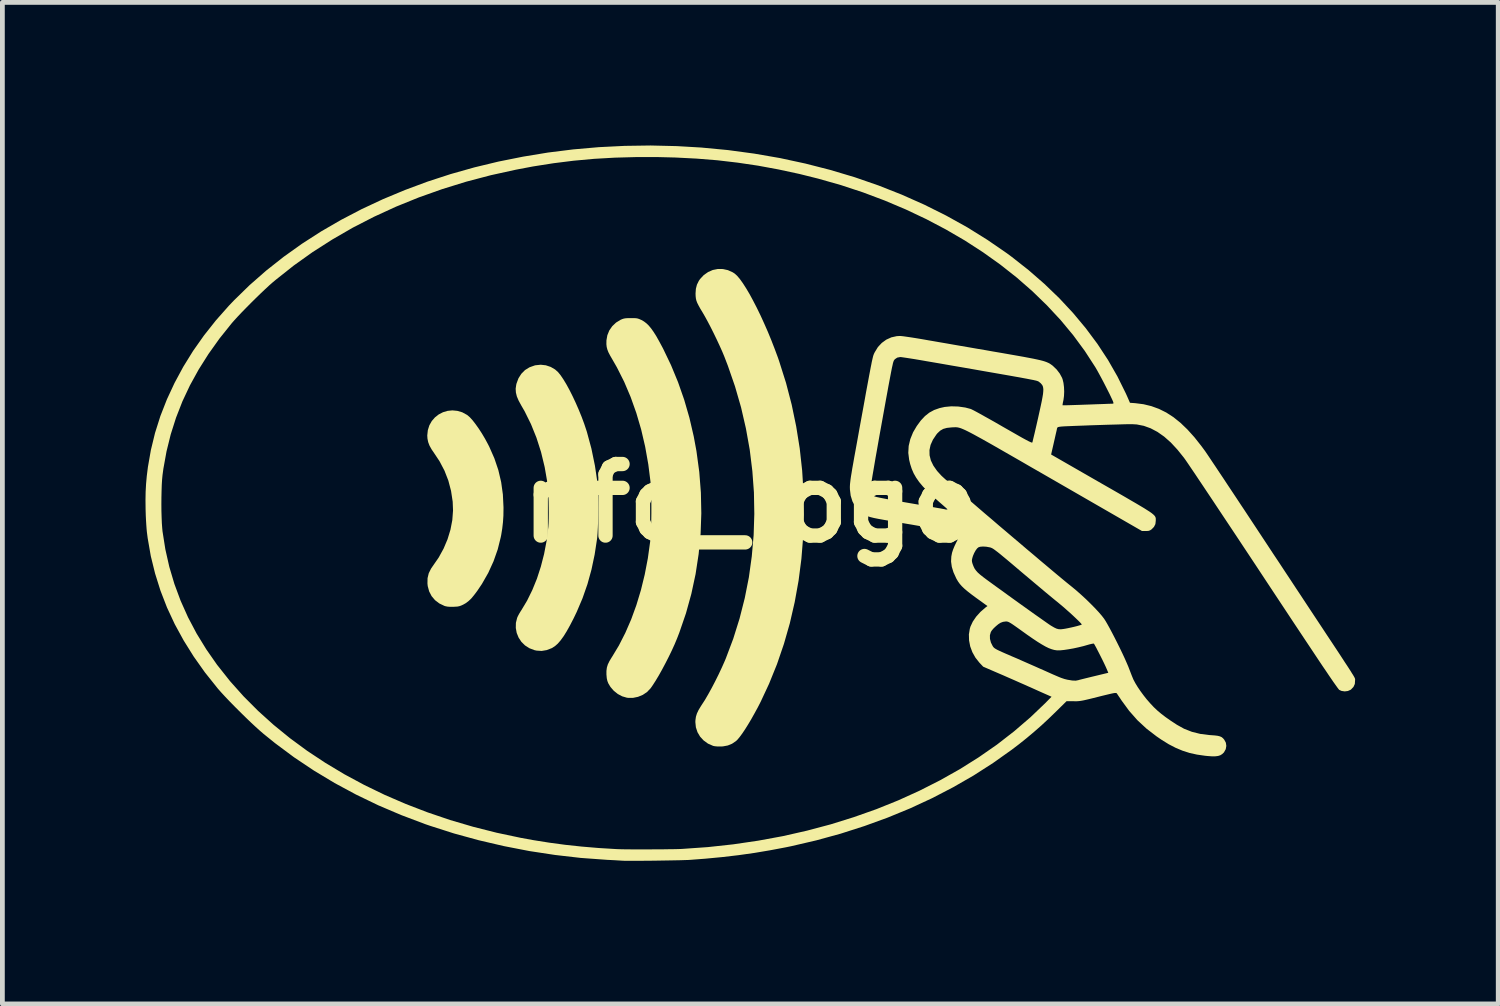
<source format=kicad_pcb>
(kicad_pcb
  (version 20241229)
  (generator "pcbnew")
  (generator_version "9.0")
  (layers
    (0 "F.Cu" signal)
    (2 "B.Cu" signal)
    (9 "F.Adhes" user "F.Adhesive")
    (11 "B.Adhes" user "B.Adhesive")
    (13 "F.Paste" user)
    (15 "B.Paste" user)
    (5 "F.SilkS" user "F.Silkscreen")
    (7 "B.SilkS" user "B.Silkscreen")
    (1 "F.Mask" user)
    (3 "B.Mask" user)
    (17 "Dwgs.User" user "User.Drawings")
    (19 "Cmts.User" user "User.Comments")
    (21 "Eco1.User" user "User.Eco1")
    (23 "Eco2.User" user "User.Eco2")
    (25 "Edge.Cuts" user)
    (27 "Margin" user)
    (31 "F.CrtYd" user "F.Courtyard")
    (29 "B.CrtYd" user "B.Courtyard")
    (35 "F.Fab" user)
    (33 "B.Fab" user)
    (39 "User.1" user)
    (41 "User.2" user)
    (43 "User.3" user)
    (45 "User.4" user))
  (footprint "nfc_logo"
    (layer "F.Cu")
    (at 12.679 7.499)
    (property "Reference" "nfc_logo" (at 0 0 0) (layer "F.SilkS") (effects (font (size 1.5 1.5) (thickness 0.3))))
    (attr board_only exclude_from_pos_files exclude_from_bom)
    (fp_poly (pts (xy -6.142 -1.936) (xy -6.039 -1.906) (xy -5.94 -1.852) (xy -5.927 -1.843) (xy -5.878 -1.8) (xy -5.821 -1.737) (xy -5.759 -1.657) (xy -5.693 -1.564) (xy -5.626 -1.461) (xy -5.561 -1.351) (xy -5.5 -1.238) (xy -5.472 -1.183) (xy -5.365 -0.94) (xy -5.282 -0.694) (xy -5.223 -0.443) (xy -5.187 -0.184) (xy -5.174 0.085) (xy -5.174 0.114) (xy -5.176 0.263) (xy -5.185 0.398) (xy -5.2 0.529) (xy -5.222 0.666) (xy -5.232 0.715) (xy -5.295 0.968) (xy -5.383 1.218) (xy -5.494 1.461) (xy -5.627 1.694) (xy -5.724 1.838) (xy -5.791 1.927) (xy -5.85 1.998) (xy -5.907 2.052) (xy -5.964 2.095) (xy -6.019 2.126) (xy -6.063 2.146) (xy -6.101 2.159) (xy -6.142 2.167) (xy -6.195 2.17) (xy -6.225 2.172) (xy -6.295 2.172) (xy -6.347 2.168) (xy -6.392 2.159) (xy -6.414 2.152) (xy -6.52 2.101) (xy -6.609 2.033) (xy -6.681 1.948) (xy -6.732 1.85) (xy -6.762 1.739) (xy -6.768 1.685) (xy -6.766 1.571) (xy -6.741 1.468) (xy -6.692 1.37) (xy -6.658 1.32) (xy -6.534 1.141) (xy -6.43 0.952) (xy -6.347 0.756) (xy -6.286 0.556) (xy -6.247 0.354) (xy -6.232 0.153) (xy -6.239 -0.032) (xy -6.273 -0.256) (xy -6.33 -0.474) (xy -6.411 -0.682) (xy -6.515 -0.88) (xy -6.62 -1.038) (xy -6.681 -1.128) (xy -6.725 -1.207) (xy -6.753 -1.281) (xy -6.768 -1.355) (xy -6.772 -1.42) (xy -6.76 -1.532) (xy -6.728 -1.633) (xy -6.677 -1.723) (xy -6.611 -1.799) (xy -6.532 -1.861) (xy -6.443 -1.907) (xy -6.346 -1.936) (xy -6.245 -1.946)) (stroke (width 0) (type solid)) (fill yes) (layer "F.SilkS"))
    (fp_poly (pts (xy -4.286 -2.891) (xy -4.184 -2.857) (xy -4.093 -2.804) (xy -4.031 -2.749) (xy -3.978 -2.684) (xy -3.919 -2.597) (xy -3.856 -2.493) (xy -3.791 -2.374) (xy -3.725 -2.243) (xy -3.66 -2.104) (xy -3.597 -1.96) (xy -3.537 -1.813) (xy -3.483 -1.668) (xy -3.436 -1.527) (xy -3.426 -1.496) (xy -3.331 -1.145) (xy -3.257 -0.785) (xy -3.213 -0.488) (xy -3.204 -0.399) (xy -3.197 -0.29) (xy -3.192 -0.166) (xy -3.189 -0.031) (xy -3.188 0.11) (xy -3.189 0.251) (xy -3.191 0.388) (xy -3.196 0.515) (xy -3.202 0.628) (xy -3.21 0.722) (xy -3.212 0.742) (xy -3.263 1.076) (xy -3.33 1.393) (xy -3.414 1.697) (xy -3.517 1.992) (xy -3.639 2.279) (xy -3.705 2.416) (xy -3.781 2.563) (xy -3.851 2.688) (xy -3.916 2.792) (xy -3.978 2.877) (xy -4.037 2.945) (xy -4.095 2.996) (xy -4.154 3.034) (xy -4.159 3.037) (xy -4.267 3.079) (xy -4.374 3.097) (xy -4.481 3.09) (xy -4.526 3.08) (xy -4.631 3.04) (xy -4.723 2.981) (xy -4.799 2.906) (xy -4.857 2.818) (xy -4.897 2.72) (xy -4.916 2.616) (xy -4.914 2.508) (xy -4.888 2.403) (xy -4.872 2.367) (xy -4.846 2.318) (xy -4.814 2.265) (xy -4.8 2.244) (xy -4.679 2.042) (xy -4.57 1.82) (xy -4.473 1.582) (xy -4.391 1.329) (xy -4.323 1.065) (xy -4.271 0.792) (xy -4.236 0.514) (xy -4.234 0.497) (xy -4.229 0.416) (xy -4.226 0.318) (xy -4.225 0.205) (xy -4.226 0.085) (xy -4.228 -0.037) (xy -4.233 -0.155) (xy -4.239 -0.265) (xy -4.246 -0.36) (xy -4.254 -0.431) (xy -4.311 -0.759) (xy -4.387 -1.073) (xy -4.483 -1.373) (xy -4.598 -1.658) (xy -4.731 -1.927) (xy -4.801 -2.048) (xy -4.856 -2.149) (xy -4.894 -2.238) (xy -4.914 -2.321) (xy -4.919 -2.401) (xy -4.907 -2.483) (xy -4.901 -2.509) (xy -4.86 -2.619) (xy -4.8 -2.713) (xy -4.723 -2.791) (xy -4.629 -2.849) (xy -4.52 -2.888) (xy -4.502 -2.892) (xy -4.393 -2.903)) (stroke (width 0) (type solid)) (fill yes) (layer "F.SilkS"))
    (fp_poly (pts (xy -2.441 -3.88) (xy -2.396 -3.878) (xy -2.362 -3.872) (xy -2.331 -3.862) (xy -2.295 -3.846) (xy -2.281 -3.84) (xy -2.229 -3.81) (xy -2.179 -3.772) (xy -2.13 -3.725) (xy -2.08 -3.665) (xy -2.028 -3.592) (xy -1.971 -3.502) (xy -1.91 -3.393) (xy -1.84 -3.263) (xy -1.825 -3.234) (xy -1.662 -2.894) (xy -1.515 -2.538) (xy -1.386 -2.169) (xy -1.276 -1.789) (xy -1.186 -1.401) (xy -1.129 -1.093) (xy -1.07 -0.656) (xy -1.036 -0.221) (xy -1.027 0.212) (xy -1.042 0.64) (xy -1.083 1.065) (xy -1.147 1.485) (xy -1.236 1.9) (xy -1.349 2.308) (xy -1.487 2.71) (xy -1.535 2.834) (xy -1.585 2.954) (xy -1.644 3.084) (xy -1.709 3.218) (xy -1.778 3.353) (xy -1.848 3.485) (xy -1.918 3.61) (xy -1.985 3.722) (xy -2.047 3.818) (xy -2.092 3.882) (xy -2.165 3.958) (xy -2.254 4.018) (xy -2.354 4.059) (xy -2.46 4.081) (xy -2.567 4.08) (xy -2.592 4.076) (xy -2.687 4.048) (xy -2.779 3.999) (xy -2.862 3.932) (xy -2.931 3.853) (xy -2.977 3.776) (xy -2.997 3.724) (xy -3.009 3.669) (xy -3.015 3.6) (xy -3.016 3.594) (xy -3.016 3.515) (xy -3.007 3.446) (xy -2.987 3.38) (xy -2.953 3.31) (xy -2.904 3.229) (xy -2.902 3.227) (xy -2.755 2.983) (xy -2.62 2.718) (xy -2.497 2.435) (xy -2.388 2.135) (xy -2.293 1.821) (xy -2.213 1.494) (xy -2.148 1.156) (xy -2.1 0.81) (xy -2.096 0.78) (xy -2.089 0.698) (xy -2.083 0.595) (xy -2.079 0.477) (xy -2.076 0.347) (xy -2.074 0.212) (xy -2.074 0.075) (xy -2.075 -0.059) (xy -2.077 -0.184) (xy -2.081 -0.296) (xy -2.086 -0.39) (xy -2.09 -0.431) (xy -2.138 -0.812) (xy -2.204 -1.184) (xy -2.288 -1.545) (xy -2.39 -1.893) (xy -2.509 -2.227) (xy -2.644 -2.545) (xy -2.795 -2.845) (xy -2.89 -3.011) (xy -2.938 -3.094) (xy -2.974 -3.163) (xy -2.997 -3.222) (xy -3.011 -3.277) (xy -3.017 -3.334) (xy -3.016 -3.397) (xy -3.016 -3.413) (xy -2.997 -3.521) (xy -2.956 -3.622) (xy -2.894 -3.711) (xy -2.814 -3.787) (xy -2.719 -3.845) (xy -2.717 -3.846) (xy -2.681 -3.861) (xy -2.649 -3.871) (xy -2.612 -3.877) (xy -2.564 -3.88) (xy -2.504 -3.88)) (stroke (width 0) (type solid)) (fill yes) (layer "F.SilkS"))
    (fp_poly (pts (xy -0.575 -4.909) (xy -0.47 -4.886) (xy -0.368 -4.84) (xy -0.328 -4.814) (xy -0.277 -4.768) (xy -0.219 -4.7) (xy -0.156 -4.612) (xy -0.088 -4.506) (xy -0.015 -4.383) (xy 0.059 -4.246) (xy 0.136 -4.097) (xy 0.214 -3.937) (xy 0.291 -3.768) (xy 0.368 -3.593) (xy 0.442 -3.413) (xy 0.513 -3.23) (xy 0.581 -3.047) (xy 0.608 -2.967) (xy 0.749 -2.521) (xy 0.867 -2.068) (xy 0.962 -1.61) (xy 1.036 -1.149) (xy 1.087 -0.685) (xy 1.116 -0.22) (xy 1.123 0.245) (xy 1.108 0.707) (xy 1.071 1.167) (xy 1.012 1.623) (xy 0.931 2.072) (xy 0.829 2.515) (xy 0.705 2.949) (xy 0.56 3.373) (xy 0.393 3.786) (xy 0.219 4.159) (xy 0.155 4.284) (xy 0.088 4.406) (xy 0.022 4.524) (xy -0.044 4.635) (xy -0.107 4.736) (xy -0.166 4.824) (xy -0.219 4.896) (xy -0.264 4.951) (xy -0.295 4.982) (xy -0.382 5.042) (xy -0.472 5.079) (xy -0.574 5.098) (xy -0.615 5.1) (xy -0.687 5.1) (xy -0.747 5.094) (xy -0.78 5.087) (xy -0.887 5.04) (xy -0.978 4.974) (xy -1.052 4.894) (xy -1.107 4.801) (xy -1.141 4.698) (xy -1.152 4.587) (xy -1.15 4.546) (xy -1.14 4.476) (xy -1.119 4.408) (xy -1.085 4.336) (xy -1.036 4.255) (xy -1.018 4.227) (xy -0.953 4.127) (xy -0.883 4.007) (xy -0.809 3.873) (xy -0.735 3.731) (xy -0.662 3.584) (xy -0.594 3.439) (xy -0.532 3.299) (xy -0.513 3.253) (xy -0.357 2.839) (xy -0.225 2.417) (xy -0.116 1.988) (xy -0.03 1.553) (xy 0.031 1.113) (xy 0.07 0.669) (xy 0.084 0.223) (xy 0.076 -0.225) (xy 0.043 -0.673) (xy -0.012 -1.121) (xy -0.092 -1.567) (xy -0.194 -2.01) (xy -0.321 -2.45) (xy -0.471 -2.883) (xy -0.545 -3.075) (xy -0.59 -3.183) (xy -0.644 -3.303) (xy -0.704 -3.432) (xy -0.767 -3.562) (xy -0.831 -3.69) (xy -0.894 -3.81) (xy -0.952 -3.916) (xy -0.999 -3.997) (xy -1.049 -4.08) (xy -1.086 -4.147) (xy -1.113 -4.201) (xy -1.131 -4.249) (xy -1.141 -4.293) (xy -1.146 -4.34) (xy -1.148 -4.393) (xy -1.148 -4.394) (xy -1.141 -4.495) (xy -1.119 -4.581) (xy -1.08 -4.66) (xy -1.053 -4.7) (xy -0.975 -4.783) (xy -0.885 -4.846) (xy -0.787 -4.889) (xy -0.682 -4.91)) (stroke (width 0) (type solid)) (fill yes) (layer "F.SilkS"))
    (fp_poly (pts (xy -1.54 -7.486) (xy -1.027 -7.456) (xy -0.469 -7.403) (xy 0.081 -7.329) (xy 0.624 -7.235) (xy 1.156 -7.12) (xy 1.679 -6.986) (xy 2.191 -6.833) (xy 2.69 -6.66) (xy 3.176 -6.468) (xy 3.648 -6.258) (xy 4.105 -6.03) (xy 4.546 -5.785) (xy 4.97 -5.521) (xy 5.377 -5.241) (xy 5.481 -5.164) (xy 5.833 -4.887) (xy 6.165 -4.598) (xy 6.476 -4.299) (xy 6.765 -3.989) (xy 7.032 -3.669) (xy 7.277 -3.34) (xy 7.499 -3.002) (xy 7.697 -2.656) (xy 7.872 -2.302) (xy 7.901 -2.238) (xy 7.959 -2.105) (xy 8.07 -2.097) (xy 8.243 -2.075) (xy 8.408 -2.035) (xy 8.567 -1.977) (xy 8.72 -1.901) (xy 8.87 -1.804) (xy 9.017 -1.686) (xy 9.163 -1.546) (xy 9.31 -1.383) (xy 9.457 -1.197) (xy 9.535 -1.091) (xy 9.556 -1.06) (xy 9.59 -1.01) (xy 9.635 -0.943) (xy 9.691 -0.859) (xy 9.757 -0.761) (xy 9.831 -0.649) (xy 9.913 -0.527) (xy 10 -0.395) (xy 10.093 -0.255) (xy 10.19 -0.109) (xy 10.289 0.041) (xy 10.342 0.12) (xy 10.456 0.293) (xy 10.577 0.476) (xy 10.703 0.667) (xy 10.831 0.861) (xy 10.96 1.057) (xy 11.088 1.249) (xy 11.211 1.436) (xy 11.329 1.614) (xy 11.438 1.78) (xy 11.537 1.929) (xy 11.594 2.016) (xy 11.738 2.234) (xy 11.869 2.432) (xy 11.987 2.61) (xy 12.093 2.771) (xy 12.188 2.914) (xy 12.272 3.041) (xy 12.346 3.153) (xy 12.41 3.251) (xy 12.465 3.336) (xy 12.513 3.408) (xy 12.553 3.47) (xy 12.586 3.521) (xy 12.612 3.564) (xy 12.634 3.598) (xy 12.65 3.625) (xy 12.662 3.646) (xy 12.67 3.663) (xy 12.675 3.675) (xy 12.678 3.684) (xy 12.679 3.691) (xy 12.679 3.697) (xy 12.678 3.703) (xy 12.678 3.709) (xy 12.678 3.716) (xy 12.673 3.789) (xy 12.644 3.852) (xy 12.593 3.905) (xy 12.583 3.912) (xy 12.526 3.937) (xy 12.46 3.945) (xy 12.394 3.935) (xy 12.35 3.915) (xy 12.342 3.909) (xy 12.33 3.894) (xy 12.312 3.871) (xy 12.289 3.839) (xy 12.259 3.797) (xy 12.222 3.745) (xy 12.179 3.682) (xy 12.127 3.606) (xy 12.068 3.518) (xy 11.999 3.417) (xy 11.922 3.302) (xy 11.835 3.171) (xy 11.738 3.025) (xy 11.63 2.863) (xy 11.511 2.684) (xy 11.38 2.487) (xy 11.238 2.272) (xy 11.083 2.038) (xy 10.915 1.784) (xy 10.765 1.557) (xy 10.618 1.334) (xy 10.473 1.115) (xy 10.331 0.901) (xy 10.194 0.694) (xy 10.061 0.494) (xy 9.933 0.302) (xy 9.812 0.12) (xy 9.698 -0.052) (xy 9.591 -0.212) (xy 9.493 -0.359) (xy 9.403 -0.493) (xy 9.324 -0.612) (xy 9.254 -0.715) (xy 9.196 -0.801) (xy 9.149 -0.87) (xy 9.115 -0.919) (xy 9.094 -0.948) (xy 9.093 -0.95) (xy 8.954 -1.123) (xy 8.816 -1.272) (xy 8.676 -1.396) (xy 8.535 -1.495) (xy 8.393 -1.57) (xy 8.249 -1.622) (xy 8.102 -1.651) (xy 8.002 -1.657) (xy 7.959 -1.657) (xy 7.896 -1.656) (xy 7.815 -1.654) (xy 7.719 -1.651) (xy 7.611 -1.648) (xy 7.495 -1.645) (xy 7.374 -1.641) (xy 7.249 -1.637) (xy 7.125 -1.633) (xy 7.005 -1.628) (xy 6.891 -1.624) (xy 6.786 -1.62) (xy 6.694 -1.616) (xy 6.618 -1.613) (xy 6.56 -1.61) (xy 6.524 -1.607) (xy 6.519 -1.607) (xy 6.474 -1.601) (xy 6.449 -1.595) (xy 6.436 -1.583) (xy 6.429 -1.564) (xy 6.427 -1.553) (xy 6.422 -1.527) (xy 6.411 -1.481) (xy 6.397 -1.42) (xy 6.381 -1.348) (xy 6.363 -1.27) (xy 6.362 -1.265) (xy 6.306 -1.021) (xy 7.371 -0.409) (xy 7.553 -0.305) (xy 7.715 -0.212) (xy 7.857 -0.13) (xy 7.98 -0.058) (xy 8.087 0.004) (xy 8.178 0.058) (xy 8.255 0.104) (xy 8.318 0.144) (xy 8.37 0.177) (xy 8.411 0.206) (xy 8.442 0.231) (xy 8.465 0.252) (xy 8.481 0.271) (xy 8.491 0.288) (xy 8.497 0.304) (xy 8.5 0.321) (xy 8.5 0.338) (xy 8.5 0.357) (xy 8.5 0.365) (xy 8.492 0.438) (xy 8.462 0.497) (xy 8.412 0.548) (xy 8.38 0.569) (xy 8.347 0.58) (xy 8.304 0.583) (xy 8.288 0.583) (xy 8.211 0.583) (xy 6.353 -0.488) (xy 6.112 -0.627) (xy 5.892 -0.753) (xy 5.692 -0.869) (xy 5.511 -0.973) (xy 5.347 -1.067) (xy 5.201 -1.151) (xy 5.07 -1.226) (xy 4.953 -1.292) (xy 4.85 -1.35) (xy 4.76 -1.399) (xy 4.682 -1.442) (xy 4.614 -1.478) (xy 4.555 -1.508) (xy 4.504 -1.533) (xy 4.461 -1.552) (xy 4.425 -1.567) (xy 4.393 -1.578) (xy 4.366 -1.585) (xy 4.341 -1.59) (xy 4.319 -1.592) (xy 4.298 -1.593) (xy 4.277 -1.592) (xy 4.254 -1.591) (xy 4.23 -1.59) (xy 4.216 -1.589) (xy 4.122 -1.579) (xy 4.045 -1.558) (xy 3.981 -1.521) (xy 3.923 -1.467) (xy 3.901 -1.44) (xy 3.828 -1.331) (xy 3.779 -1.222) (xy 3.756 -1.114) (xy 3.758 -1.005) (xy 3.785 -0.896) (xy 3.838 -0.787) (xy 3.916 -0.676) (xy 4.005 -0.578) (xy 4.033 -0.552) (xy 4.079 -0.51) (xy 4.142 -0.454) (xy 4.219 -0.386) (xy 4.311 -0.307) (xy 4.414 -0.217) (xy 4.528 -0.119) (xy 4.652 -0.013) (xy 4.783 0.1) (xy 4.92 0.218) (xy 5.063 0.339) (xy 5.208 0.464) (xy 5.356 0.589) (xy 5.504 0.715) (xy 5.652 0.84) (xy 5.796 0.963) (xy 5.938 1.082) (xy 6.073 1.197) (xy 6.202 1.305) (xy 6.323 1.407) (xy 6.434 1.5) (xy 6.534 1.583) (xy 6.621 1.655) (xy 6.695 1.715) (xy 6.746 1.756) (xy 6.84 1.834) (xy 6.938 1.921) (xy 7.037 2.012) (xy 7.133 2.106) (xy 7.223 2.197) (xy 7.303 2.283) (xy 7.37 2.361) (xy 7.417 2.422) (xy 7.448 2.47) (xy 7.487 2.537) (xy 7.533 2.62) (xy 7.584 2.716) (xy 7.638 2.82) (xy 7.693 2.929) (xy 7.748 3.04) (xy 7.8 3.148) (xy 7.848 3.251) (xy 7.889 3.344) (xy 7.923 3.423) (xy 7.943 3.475) (xy 7.969 3.542) (xy 7.994 3.607) (xy 8.017 3.663) (xy 8.034 3.703) (xy 8.036 3.706) (xy 8.073 3.775) (xy 8.123 3.857) (xy 8.183 3.945) (xy 8.248 4.033) (xy 8.308 4.109) (xy 8.385 4.197) (xy 8.458 4.275) (xy 8.533 4.346) (xy 8.614 4.414) (xy 8.704 4.483) (xy 8.808 4.556) (xy 8.93 4.636) (xy 8.94 4.643) (xy 9.093 4.728) (xy 9.256 4.792) (xy 9.432 4.836) (xy 9.622 4.86) (xy 9.65 4.862) (xy 9.734 4.868) (xy 9.798 4.876) (xy 9.845 4.888) (xy 9.881 4.904) (xy 9.91 4.928) (xy 9.935 4.957) (xy 9.969 5.02) (xy 9.979 5.088) (xy 9.967 5.156) (xy 9.932 5.219) (xy 9.926 5.227) (xy 9.891 5.26) (xy 9.852 5.284) (xy 9.805 5.299) (xy 9.746 5.306) (xy 9.671 5.306) (xy 9.577 5.299) (xy 9.53 5.294) (xy 9.364 5.27) (xy 9.21 5.236) (xy 9.063 5.189) (xy 8.919 5.129) (xy 8.772 5.053) (xy 8.619 4.958) (xy 8.518 4.889) (xy 8.307 4.727) (xy 8.115 4.549) (xy 7.942 4.353) (xy 7.786 4.14) (xy 7.783 4.136) (xy 7.749 4.084) (xy 7.718 4.039) (xy 7.695 4.004) (xy 7.682 3.986) (xy 7.676 3.981) (xy 7.665 3.978) (xy 7.648 3.978) (xy 7.621 3.981) (xy 7.582 3.989) (xy 7.529 4.001) (xy 7.458 4.018) (xy 7.367 4.04) (xy 7.292 4.059) (xy 7.185 4.086) (xy 7.099 4.107) (xy 7.031 4.123) (xy 6.976 4.135) (xy 6.931 4.143) (xy 6.893 4.148) (xy 6.857 4.151) (xy 6.821 4.152) (xy 6.78 4.151) (xy 6.774 4.151) (xy 6.63 4.15) (xy 6.425 4.352) (xy 6.259 4.513) (xy 6.102 4.659) (xy 5.948 4.794) (xy 5.792 4.925) (xy 5.628 5.056) (xy 5.478 5.17) (xy 5.089 5.446) (xy 4.681 5.708) (xy 4.255 5.953) (xy 3.812 6.183) (xy 3.353 6.396) (xy 2.879 6.591) (xy 2.392 6.768) (xy 1.893 6.928) (xy 1.383 7.068) (xy 0.863 7.189) (xy 0.742 7.214) (xy 0.414 7.276) (xy 0.087 7.331) (xy -0.245 7.378) (xy -0.586 7.418) (xy -0.942 7.452) (xy -1.255 7.476) (xy -1.303 7.479) (xy -1.371 7.481) (xy -1.456 7.484) (xy -1.556 7.486) (xy -1.667 7.488) (xy -1.785 7.49) (xy -1.908 7.492) (xy -2.033 7.494) (xy -2.156 7.495) (xy -2.275 7.496) (xy -2.385 7.496) (xy -2.485 7.497) (xy -2.57 7.496) (xy -2.638 7.496) (xy -2.685 7.494) (xy -2.701 7.493) (xy -2.731 7.491) (xy -2.782 7.488) (xy -2.848 7.484) (xy -2.925 7.48) (xy -3.007 7.476) (xy -3.018 7.475) (xy -3.554 7.436) (xy -4.093 7.374) (xy -4.632 7.292) (xy -5.167 7.188) (xy -5.694 7.065) (xy -6.212 6.923) (xy -6.715 6.762) (xy -6.814 6.728) (xy -7.317 6.538) (xy -7.801 6.332) (xy -8.267 6.107) (xy -8.716 5.865) (xy -9.148 5.605) (xy -9.564 5.327) (xy -9.963 5.03) (xy -10.202 4.837) (xy -10.282 4.768) (xy -10.375 4.684) (xy -10.477 4.589) (xy -10.585 4.485) (xy -10.695 4.377) (xy -10.804 4.268) (xy -10.909 4.161) (xy -11.006 4.059) (xy -11.091 3.967) (xy -11.161 3.888) (xy -11.172 3.874) (xy -11.433 3.547) (xy -11.668 3.215) (xy -11.879 2.877) (xy -12.066 2.535) (xy -12.228 2.187) (xy -12.365 1.833) (xy -12.478 1.473) (xy -12.568 1.107) (xy -12.633 0.733) (xy -12.65 0.602) (xy -12.656 0.538) (xy -12.662 0.456) (xy -12.668 0.36) (xy -12.673 0.259) (xy -12.676 0.158) (xy -12.677 0.12) (xy -12.678 0.022) (xy -12.346 0.022) (xy -12.345 0.162) (xy -12.341 0.297) (xy -12.336 0.42) (xy -12.328 0.528) (xy -12.322 0.59) (xy -12.263 0.965) (xy -12.18 1.333) (xy -12.073 1.693) (xy -11.942 2.046) (xy -11.787 2.392) (xy -11.608 2.731) (xy -11.404 3.064) (xy -11.176 3.391) (xy -11.166 3.403) (xy -10.905 3.732) (xy -10.622 4.049) (xy -10.318 4.354) (xy -9.994 4.646) (xy -9.65 4.926) (xy -9.288 5.192) (xy -8.907 5.444) (xy -8.51 5.682) (xy -8.096 5.905) (xy -7.667 6.113) (xy -7.223 6.305) (xy -6.765 6.481) (xy -6.294 6.641) (xy -5.811 6.783) (xy -5.317 6.908) (xy -4.812 7.015) (xy -4.549 7.063) (xy -4.216 7.116) (xy -3.881 7.161) (xy -3.537 7.198) (xy -3.181 7.228) (xy -2.805 7.251) (xy -2.802 7.251) (xy -2.75 7.253) (xy -2.675 7.255) (xy -2.582 7.256) (xy -2.475 7.257) (xy -2.357 7.257) (xy -2.232 7.257) (xy -2.104 7.257) (xy -1.976 7.256) (xy -1.851 7.256) (xy -1.734 7.254) (xy -1.628 7.253) (xy -1.537 7.251) (xy -1.464 7.249) (xy -1.427 7.247) (xy -0.888 7.209) (xy -0.356 7.151) (xy 0.168 7.074) (xy 0.684 6.979) (xy 1.19 6.864) (xy 1.686 6.732) (xy 2.17 6.581) (xy 2.643 6.414) (xy 3.102 6.229) (xy 3.547 6.027) (xy 3.977 5.809) (xy 4.391 5.576) (xy 4.789 5.326) (xy 5.169 5.062) (xy 5.53 4.782) (xy 5.872 4.488) (xy 6.179 4.195) (xy 6.315 4.057) (xy 6.211 4.011) (xy 6.168 3.992) (xy 6.107 3.965) (xy 6.033 3.932) (xy 5.951 3.895) (xy 5.867 3.857) (xy 5.834 3.843) (xy 5.745 3.803) (xy 5.64 3.757) (xy 5.525 3.706) (xy 5.408 3.655) (xy 5.295 3.605) (xy 5.222 3.574) (xy 4.882 3.427) (xy 4.801 3.341) (xy 4.719 3.237) (xy 4.655 3.123) (xy 4.61 3.002) (xy 4.586 2.877) (xy 4.583 2.767) (xy 5.023 2.767) (xy 5.024 2.843) (xy 5.044 2.921) (xy 5.081 2.995) (xy 5.083 2.998) (xy 5.094 3.014) (xy 5.107 3.028) (xy 5.123 3.041) (xy 5.146 3.056) (xy 5.179 3.074) (xy 5.223 3.095) (xy 5.282 3.122) (xy 5.359 3.156) (xy 5.456 3.197) (xy 5.479 3.208) (xy 5.59 3.255) (xy 5.712 3.309) (xy 5.837 3.364) (xy 5.96 3.418) (xy 6.072 3.468) (xy 6.15 3.502) (xy 6.257 3.55) (xy 6.344 3.589) (xy 6.414 3.619) (xy 6.47 3.643) (xy 6.515 3.661) (xy 6.553 3.674) (xy 6.586 3.685) (xy 6.618 3.693) (xy 6.651 3.701) (xy 6.658 3.702) (xy 6.749 3.717) (xy 6.822 3.72) (xy 6.879 3.709) (xy 6.902 3.702) (xy 6.946 3.691) (xy 7.006 3.676) (xy 7.079 3.658) (xy 7.161 3.638) (xy 7.211 3.626) (xy 7.505 3.555) (xy 7.461 3.452) (xy 7.443 3.412) (xy 7.418 3.359) (xy 7.388 3.297) (xy 7.354 3.229) (xy 7.319 3.16) (xy 7.285 3.094) (xy 7.255 3.035) (xy 7.229 2.988) (xy 7.211 2.956) (xy 7.203 2.944) (xy 7.187 2.943) (xy 7.154 2.949) (xy 7.108 2.96) (xy 7.087 2.966) (xy 6.986 2.995) (xy 6.879 3.021) (xy 6.773 3.044) (xy 6.671 3.062) (xy 6.578 3.076) (xy 6.499 3.084) (xy 6.438 3.085) (xy 6.423 3.084) (xy 6.371 3.076) (xy 6.315 3.06) (xy 6.254 3.037) (xy 6.187 3.004) (xy 6.11 2.96) (xy 6.021 2.905) (xy 5.919 2.837) (xy 5.801 2.755) (xy 5.709 2.689) (xy 5.624 2.628) (xy 5.556 2.58) (xy 5.503 2.543) (xy 5.463 2.517) (xy 5.432 2.499) (xy 5.409 2.488) (xy 5.389 2.482) (xy 5.372 2.479) (xy 5.358 2.479) (xy 5.298 2.487) (xy 5.247 2.506) (xy 5.201 2.535) (xy 5.151 2.576) (xy 5.102 2.622) (xy 5.063 2.667) (xy 5.042 2.701) (xy 5.023 2.767) (xy 4.583 2.767) (xy 4.582 2.753) (xy 4.601 2.634) (xy 4.615 2.587) (xy 4.664 2.482) (xy 4.735 2.378) (xy 4.825 2.278) (xy 4.93 2.187) (xy 4.972 2.156) (xy 4.735 1.985) (xy 4.635 1.911) (xy 4.553 1.847) (xy 4.487 1.791) (xy 4.434 1.74) (xy 4.391 1.691) (xy 4.355 1.641) (xy 4.323 1.587) (xy 4.315 1.571) (xy 4.259 1.448) (xy 4.224 1.334) (xy 4.209 1.225) (xy 4.21 1.194) (xy 4.645 1.194) (xy 4.648 1.231) (xy 4.659 1.271) (xy 4.679 1.323) (xy 4.701 1.369) (xy 4.73 1.41) (xy 4.767 1.452) (xy 4.816 1.496) (xy 4.88 1.547) (xy 4.956 1.604) (xy 5.059 1.679) (xy 5.169 1.759) (xy 5.285 1.842) (xy 5.403 1.928) (xy 5.521 2.013) (xy 5.639 2.098) (xy 5.754 2.18) (xy 5.863 2.258) (xy 5.965 2.331) (xy 6.058 2.396) (xy 6.14 2.454) (xy 6.208 2.502) (xy 6.261 2.539) (xy 6.297 2.563) (xy 6.31 2.571) (xy 6.372 2.607) (xy 6.421 2.63) (xy 6.465 2.641) (xy 6.512 2.643) (xy 6.57 2.636) (xy 6.601 2.631) (xy 6.663 2.619) (xy 6.728 2.605) (xy 6.793 2.59) (xy 6.852 2.575) (xy 6.901 2.561) (xy 6.935 2.551) (xy 6.949 2.543) (xy 6.949 2.543) (xy 6.94 2.529) (xy 6.914 2.5) (xy 6.875 2.461) (xy 6.825 2.413) (xy 6.767 2.358) (xy 6.704 2.3) (xy 6.638 2.242) (xy 6.573 2.184) (xy 6.511 2.132) (xy 6.456 2.086) (xy 6.453 2.083) (xy 6.409 2.048) (xy 6.348 1.998) (xy 6.273 1.936) (xy 6.186 1.864) (xy 6.09 1.783) (xy 5.986 1.696) (xy 5.877 1.604) (xy 5.766 1.511) (xy 5.684 1.442) (xy 5.563 1.339) (xy 5.459 1.251) (xy 5.371 1.177) (xy 5.297 1.116) (xy 5.237 1.066) (xy 5.187 1.026) (xy 5.147 0.996) (xy 5.115 0.972) (xy 5.09 0.955) (xy 5.069 0.943) (xy 5.051 0.935) (xy 5.035 0.929) (xy 5.023 0.926) (xy 4.948 0.912) (xy 4.877 0.908) (xy 4.817 0.913) (xy 4.782 0.925) (xy 4.754 0.949) (xy 4.723 0.991) (xy 4.693 1.045) (xy 4.668 1.104) (xy 4.654 1.15) (xy 4.645 1.194) (xy 4.21 1.194) (xy 4.214 1.117) (xy 4.229 1.039) (xy 4.25 0.974) (xy 4.281 0.898) (xy 4.319 0.819) (xy 4.357 0.747) (xy 4.39 0.697) (xy 4.411 0.665) (xy 4.423 0.642) (xy 4.425 0.635) (xy 4.412 0.632) (xy 4.376 0.625) (xy 4.319 0.615) (xy 4.244 0.601) (xy 4.153 0.585) (xy 4.048 0.566) (xy 3.931 0.545) (xy 3.804 0.523) (xy 3.67 0.5) (xy 3.531 0.475) (xy 3.389 0.45) (xy 3.246 0.426) (xy 3.104 0.401) (xy 2.966 0.377) (xy 2.834 0.355) (xy 2.805 0.35) (xy 2.688 0.329) (xy 2.593 0.31) (xy 2.516 0.291) (xy 2.453 0.271) (xy 2.401 0.249) (xy 2.356 0.223) (xy 2.315 0.192) (xy 2.278 0.159) (xy 2.199 0.067) (xy 2.141 -0.039) (xy 2.104 -0.159) (xy 2.088 -0.293) (xy 2.088 -0.322) (xy 2.524 -0.322) (xy 2.533 -0.249) (xy 2.558 -0.189) (xy 2.598 -0.146) (xy 2.6 -0.145) (xy 2.618 -0.138) (xy 2.656 -0.128) (xy 2.716 -0.115) (xy 2.798 -0.099) (xy 2.901 -0.079) (xy 3.028 -0.056) (xy 3.179 -0.03) (xy 3.354 0.000316) (xy 3.354 0.000345) (xy 3.486 0.023) (xy 3.611 0.044) (xy 3.725 0.064) (xy 3.828 0.082) (xy 3.916 0.098) (xy 3.988 0.11) (xy 4.041 0.12) (xy 4.073 0.126) (xy 4.082 0.128) (xy 4.097 0.132) (xy 4.118 0.133) (xy 4.133 0.13) (xy 4.134 0.129) (xy 4.125 0.119) (xy 4.1 0.096) (xy 4.061 0.062) (xy 4.012 0.019) (xy 3.96 -0.026) (xy 3.827 -0.144) (xy 3.714 -0.251) (xy 3.619 -0.35) (xy 3.54 -0.444) (xy 3.476 -0.536) (xy 3.424 -0.627) (xy 3.384 -0.72) (xy 3.352 -0.819) (xy 3.33 -0.91) (xy 3.312 -1.055) (xy 3.32 -1.2) (xy 3.354 -1.343) (xy 3.412 -1.486) (xy 3.489 -1.617) (xy 3.574 -1.733) (xy 3.661 -1.826) (xy 3.753 -1.899) (xy 3.854 -1.954) (xy 3.968 -1.994) (xy 4.075 -2.018) (xy 4.212 -2.031) (xy 4.359 -2.027) (xy 4.506 -2.006) (xy 4.62 -1.976) (xy 4.642 -1.966) (xy 4.684 -1.945) (xy 4.744 -1.913) (xy 4.819 -1.872) (xy 4.906 -1.823) (xy 5.005 -1.768) (xy 5.112 -1.708) (xy 5.225 -1.643) (xy 5.292 -1.604) (xy 5.427 -1.527) (xy 5.541 -1.462) (xy 5.637 -1.407) (xy 5.715 -1.363) (xy 5.778 -1.329) (xy 5.827 -1.303) (xy 5.863 -1.286) (xy 5.888 -1.275) (xy 5.903 -1.271) (xy 5.911 -1.272) (xy 5.912 -1.273) (xy 5.917 -1.289) (xy 5.926 -1.328) (xy 5.94 -1.386) (xy 5.958 -1.46) (xy 5.978 -1.547) (xy 6.001 -1.646) (xy 6.025 -1.752) (xy 6.032 -1.782) (xy 6.063 -1.923) (xy 6.089 -2.042) (xy 6.11 -2.141) (xy 6.125 -2.222) (xy 6.136 -2.288) (xy 6.141 -2.341) (xy 6.143 -2.383) (xy 6.14 -2.417) (xy 6.134 -2.445) (xy 6.124 -2.469) (xy 6.118 -2.479) (xy 6.089 -2.514) (xy 6.051 -2.545) (xy 6.042 -2.551) (xy 6.035 -2.555) (xy 6.027 -2.558) (xy 6.017 -2.562) (xy 6.004 -2.566) (xy 5.986 -2.571) (xy 5.963 -2.576) (xy 5.933 -2.583) (xy 5.895 -2.59) (xy 5.849 -2.599) (xy 5.793 -2.61) (xy 5.727 -2.622) (xy 5.648 -2.637) (xy 5.556 -2.653) (xy 5.451 -2.672) (xy 5.33 -2.693) (xy 5.193 -2.717) (xy 5.038 -2.744) (xy 4.866 -2.774) (xy 4.674 -2.808) (xy 4.461 -2.845) (xy 4.227 -2.885) (xy 3.97 -2.93) (xy 3.689 -2.978) (xy 3.639 -2.987) (xy 3.534 -3.005) (xy 3.434 -3.022) (xy 3.344 -3.036) (xy 3.266 -3.048) (xy 3.204 -3.057) (xy 3.161 -3.063) (xy 3.141 -3.064) (xy 3.08 -3.052) (xy 3.03 -3.018) (xy 3.011 -2.993) (xy 3.007 -2.985) (xy 3.002 -2.972) (xy 2.996 -2.954) (xy 2.989 -2.929) (xy 2.982 -2.895) (xy 2.972 -2.852) (xy 2.961 -2.798) (xy 2.948 -2.731) (xy 2.933 -2.652) (xy 2.915 -2.557) (xy 2.894 -2.446) (xy 2.871 -2.318) (xy 2.844 -2.172) (xy 2.814 -2.005) (xy 2.78 -1.817) (xy 2.742 -1.606) (xy 2.707 -1.413) (xy 2.679 -1.253) (xy 2.652 -1.1) (xy 2.626 -0.955) (xy 2.603 -0.819) (xy 2.582 -0.696) (xy 2.563 -0.586) (xy 2.548 -0.493) (xy 2.536 -0.418) (xy 2.528 -0.362) (xy 2.524 -0.329) (xy 2.524 -0.322) (xy 2.088 -0.322) (xy 2.087 -0.33) (xy 2.088 -0.363) (xy 2.09 -0.4) (xy 2.095 -0.444) (xy 2.101 -0.496) (xy 2.11 -0.56) (xy 2.123 -0.637) (xy 2.138 -0.73) (xy 2.158 -0.841) (xy 2.181 -0.973) (xy 2.205 -1.103) (xy 2.252 -1.362) (xy 2.294 -1.597) (xy 2.333 -1.81) (xy 2.368 -2.001) (xy 2.399 -2.172) (xy 2.426 -2.324) (xy 2.451 -2.458) (xy 2.473 -2.576) (xy 2.492 -2.679) (xy 2.509 -2.767) (xy 2.523 -2.842) (xy 2.536 -2.906) (xy 2.546 -2.959) (xy 2.556 -3.003) (xy 2.564 -3.038) (xy 2.571 -3.067) (xy 2.577 -3.09) (xy 2.583 -3.108) (xy 2.589 -3.123) (xy 2.594 -3.136) (xy 2.6 -3.147) (xy 2.606 -3.16) (xy 2.613 -3.172) (xy 2.676 -3.275) (xy 2.757 -3.361) (xy 2.851 -3.429) (xy 2.957 -3.477) (xy 3.07 -3.502) (xy 3.136 -3.506) (xy 3.166 -3.504) (xy 3.218 -3.498) (xy 3.288 -3.488) (xy 3.371 -3.476) (xy 3.466 -3.461) (xy 3.568 -3.444) (xy 3.644 -3.431) (xy 3.728 -3.416) (xy 3.834 -3.398) (xy 3.959 -3.376) (xy 4.1 -3.352) (xy 4.253 -3.325) (xy 4.415 -3.297) (xy 4.584 -3.268) (xy 4.756 -3.238) (xy 4.928 -3.209) (xy 5.079 -3.182) (xy 5.273 -3.149) (xy 5.443 -3.119) (xy 5.592 -3.093) (xy 5.721 -3.07) (xy 5.832 -3.049) (xy 5.927 -3.031) (xy 6.007 -3.014) (xy 6.074 -2.999) (xy 6.129 -2.985) (xy 6.175 -2.971) (xy 6.213 -2.957) (xy 6.245 -2.943) (xy 6.273 -2.929) (xy 6.297 -2.913) (xy 6.321 -2.896) (xy 6.346 -2.877) (xy 6.347 -2.875) (xy 6.422 -2.803) (xy 6.487 -2.718) (xy 6.536 -2.627) (xy 6.548 -2.593) (xy 6.565 -2.522) (xy 6.576 -2.435) (xy 6.58 -2.34) (xy 6.576 -2.248) (xy 6.565 -2.165) (xy 6.563 -2.156) (xy 6.553 -2.11) (xy 6.547 -2.074) (xy 6.546 -2.055) (xy 6.546 -2.053) (xy 6.56 -2.053) (xy 6.596 -2.053) (xy 6.652 -2.054) (xy 6.725 -2.056) (xy 6.812 -2.059) (xy 6.911 -2.062) (xy 7.019 -2.066) (xy 7.052 -2.067) (xy 7.163 -2.071) (xy 7.268 -2.075) (xy 7.362 -2.078) (xy 7.444 -2.081) (xy 7.51 -2.084) (xy 7.557 -2.085) (xy 7.583 -2.086) (xy 7.586 -2.086) (xy 7.608 -2.088) (xy 7.614 -2.098) (xy 7.607 -2.123) (xy 7.606 -2.127) (xy 7.591 -2.163) (xy 7.566 -2.216) (xy 7.534 -2.284) (xy 7.494 -2.363) (xy 7.451 -2.448) (xy 7.406 -2.536) (xy 7.36 -2.623) (xy 7.316 -2.704) (xy 7.276 -2.777) (xy 7.242 -2.836) (xy 7.232 -2.853) (xy 7.012 -3.192) (xy 6.769 -3.522) (xy 6.504 -3.841) (xy 6.218 -4.148) (xy 5.912 -4.445) (xy 5.586 -4.73) (xy 5.241 -5.002) (xy 4.878 -5.261) (xy 4.498 -5.507) (xy 4.101 -5.738) (xy 3.689 -5.955) (xy 3.262 -6.157) (xy 2.82 -6.344) (xy 2.366 -6.515) (xy 1.899 -6.669) (xy 1.42 -6.805) (xy 1.027 -6.903) (xy 0.59 -6.997) (xy 0.162 -7.076) (xy -0.263 -7.139) (xy -0.69 -7.189) (xy -1.124 -7.224) (xy -1.571 -7.247) (xy -1.934 -7.256) (xy -2.397 -7.256) (xy -2.843 -7.244) (xy -3.277 -7.219) (xy -3.703 -7.18) (xy -4.127 -7.127) (xy -4.553 -7.06) (xy -4.912 -6.992) (xy -5.44 -6.876) (xy -5.956 -6.74) (xy -6.46 -6.584) (xy -6.95 -6.41) (xy -7.426 -6.217) (xy -7.888 -6.005) (xy -8.334 -5.776) (xy -8.763 -5.528) (xy -9.176 -5.264) (xy -9.57 -4.983) (xy -9.946 -4.685) (xy -10.012 -4.63) (xy -10.085 -4.566) (xy -10.17 -4.487) (xy -10.264 -4.398) (xy -10.364 -4.301) (xy -10.465 -4.201) (xy -10.565 -4.1) (xy -10.66 -4.003) (xy -10.746 -3.912) (xy -10.819 -3.832) (xy -10.871 -3.773) (xy -11.127 -3.453) (xy -11.358 -3.129) (xy -11.564 -2.803) (xy -11.747 -2.471) (xy -11.905 -2.135) (xy -12.039 -1.792) (xy -12.15 -1.443) (xy -12.238 -1.087) (xy -12.304 -0.723) (xy -12.322 -0.59) (xy -12.331 -0.497) (xy -12.338 -0.385) (xy -12.342 -0.257) (xy -12.345 -0.12) (xy -12.346 0.022) (xy -12.678 0.022) (xy -12.679 -0.067) (xy -12.676 -0.238) (xy -12.667 -0.403) (xy -12.652 -0.569) (xy -12.63 -0.745) (xy -12.629 -0.755) (xy -12.566 -1.115) (xy -12.479 -1.473) (xy -12.367 -1.827) (xy -12.23 -2.177) (xy -12.07 -2.521) (xy -11.887 -2.86) (xy -11.681 -3.193) (xy -11.452 -3.518) (xy -11.201 -3.835) (xy -10.928 -4.143) (xy -10.823 -4.253) (xy -10.496 -4.572) (xy -10.149 -4.876) (xy -9.783 -5.165) (xy -9.399 -5.439) (xy -8.998 -5.697) (xy -8.58 -5.939) (xy -8.147 -6.165) (xy -7.7 -6.374) (xy -7.239 -6.566) (xy -6.766 -6.742) (xy -6.281 -6.9) (xy -5.785 -7.04) (xy -5.279 -7.162) (xy -4.764 -7.265) (xy -4.242 -7.351) (xy -3.712 -7.417) (xy -3.176 -7.464) (xy -2.634 -7.491) (xy -2.089 -7.499)) (stroke (width 0) (type solid)) (fill yes) (layer "F.SilkS")))
  (gr_rect
    (start -3 -3)
    (end 28.358 17.995)
    (stroke (width 0.1) (type default))
    (fill no)
    (layer "Edge.Cuts")))
</source>
